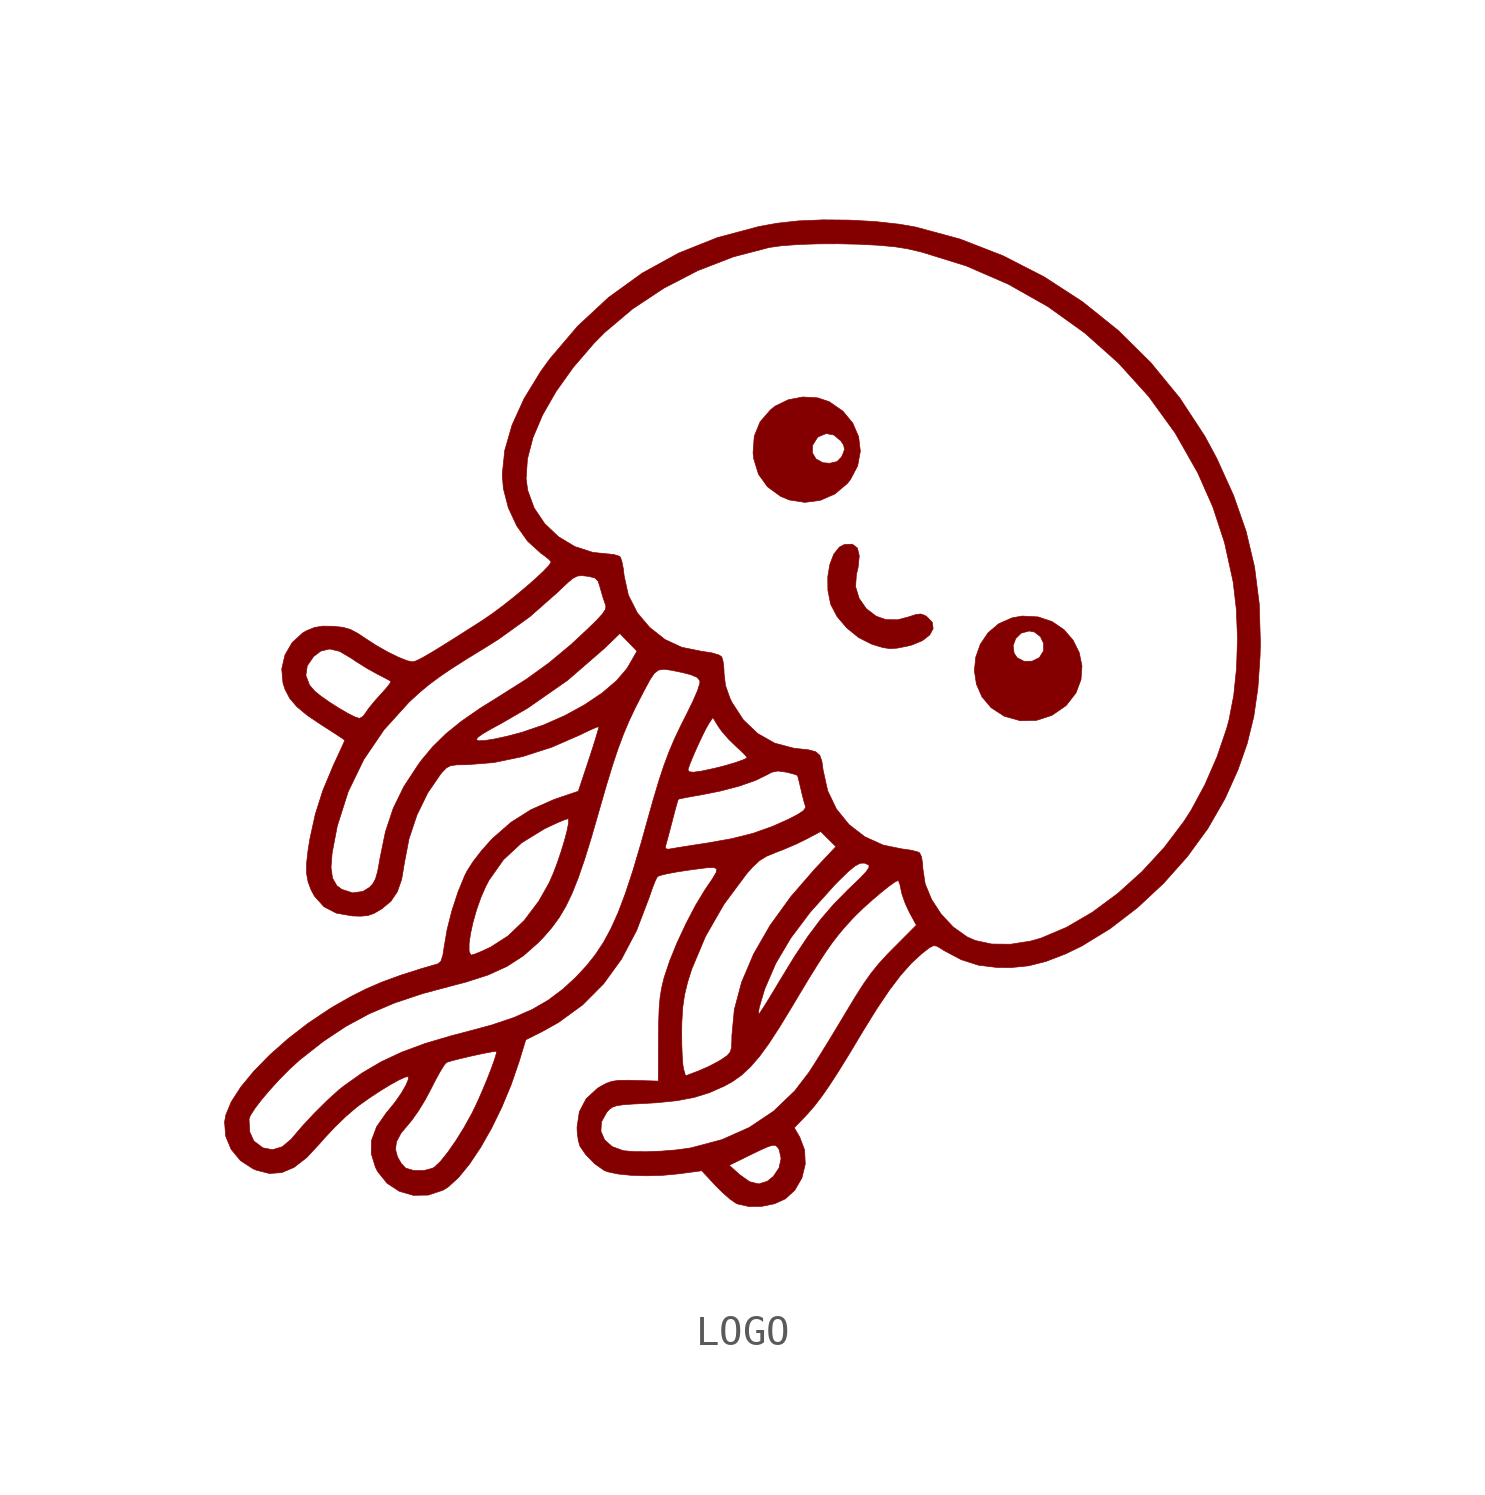
<source format=kicad_sym>
(kicad_symbol_lib
  (version 20220914)
  (generator bitmap2component)
  (symbol "LOGO"
    (pin_names
      (offset 1.016))
    (property "Reference" "#G"
      (at 0 31.115 0)
      (effects (font (size 1.27 1.27)) hide))
    (symbol "LOGO_0_0"
      (polyline (pts (xy 0.643 -16.232) (xy 1.066 -16.146) (xy 1.421 -15.985) (xy 1.732 -15.7) (xy 1.965 -15.298) (xy 2.076 -14.844) (xy 2.055 -14.38) (xy 1.893 -13.95) (xy 1.714 -13.646) (xy 2.081 -13.264) (xy 2.168 -13.171) (xy 2.384 -12.921) (xy 2.611 -12.626) (xy 2.863 -12.264) (xy 3.153 -11.817) (xy 3.497 -11.262) (xy 3.907 -10.579) (xy 3.974 -10.467) (xy 4.435 -9.723) (xy 4.846 -9.113) (xy 5.22 -8.621) (xy 5.57 -8.227) (xy 5.911 -7.915) (xy 5.961 -7.875) (xy 6.164 -7.717) (xy 6.294 -7.651) (xy 6.4 -7.663) (xy 6.53 -7.738) (xy 6.638 -7.808) (xy 7.212 -8.112) (xy 7.773 -8.292) (xy 8.378 -8.367) (xy 8.845 -8.372) (xy 9.426 -8.314) (xy 10.001 -8.169) (xy 10.636 -7.925) (xy 11.183 -7.66) (xy 12.112 -7.091) (xy 13.018 -6.395) (xy 13.874 -5.596) (xy 14.653 -4.72) (xy 15.33 -3.792) (xy 15.878 -2.839) (xy 15.915 -2.764) (xy 16.323 -1.855) (xy 16.627 -0.987) (xy 16.841 -0.11) (xy 16.977 0.827) (xy 17.048 1.874) (xy 17.06 2.315) (xy 17.021 3.602) (xy 16.867 4.815) (xy 16.588 5.992) (xy 16.175 7.173) (xy 15.621 8.395) (xy 15.23 9.121) (xy 14.408 10.376) (xy 13.455 11.538) (xy 12.384 12.598) (xy 11.207 13.544) (xy 9.938 14.368) (xy 8.589 15.06) (xy 7.174 15.61) (xy 5.705 16.007) (xy 5.173 16.1) (xy 4.383 16.187) (xy 3.529 16.235) (xy 2.667 16.243) (xy 1.854 16.209) (xy 1.147 16.132) (xy 0.547 16.023) (xy -0.814 15.66) (xy -2.095 15.148) (xy -3.293 14.489) (xy -4.402 13.687) (xy -5.418 12.743) (xy -6.337 11.662) (xy -6.635 11.25) (xy -7.181 10.357) (xy -7.576 9.488) (xy -7.817 8.654) (xy -7.899 7.862) (xy -7.888 7.728) (xy -7.113 7.728) (xy -7.07 8.372) (xy -6.888 9.073) (xy -6.572 9.817) (xy -6.129 10.591) (xy -5.566 11.381) (xy -4.887 12.172) (xy -4.532 12.532) (xy -3.611 13.31) (xy -2.577 13.995) (xy -1.462 14.572) (xy -0.296 15.024) (xy 0.892 15.335) (xy 1.306 15.392) (xy 1.854 15.432) (xy 2.486 15.453) (xy 3.16 15.456) (xy 3.835 15.441) (xy 4.468 15.408) (xy 5.016 15.359) (xy 5.437 15.293) (xy 5.927 15.177) (xy 7.379 14.725) (xy 8.761 14.125) (xy 10.063 13.388) (xy 11.275 12.52) (xy 12.385 11.531) (xy 13.382 10.429) (xy 14.255 9.222) (xy 14.995 7.918) (xy 15.493 6.793) (xy 15.88 5.613) (xy 16.155 4.36) (xy 16.165 4.302) (xy 16.268 3.414) (xy 16.305 2.462) (xy 16.275 1.503) (xy 16.182 0.591) (xy 16.026 -0.218) (xy 15.949 -0.5) (xy 15.634 -1.427) (xy 15.232 -2.351) (xy 14.778 -3.192) (xy 14.541 -3.561) (xy 13.897 -4.414) (xy 13.163 -5.211) (xy 12.365 -5.93) (xy 11.528 -6.55) (xy 10.677 -7.047) (xy 9.838 -7.402) (xy 9.491 -7.501) (xy 8.837 -7.603) (xy 8.213 -7.597) (xy 7.669 -7.48) (xy 7.399 -7.359) (xy 6.95 -7.039) (xy 6.553 -6.617) (xy 6.235 -6.129) (xy 6.023 -5.615) (xy 5.947 -5.112) (xy 5.941 -4.966) (xy 5.904 -4.725) (xy 5.84 -4.594) (xy 5.754 -4.555) (xy 5.531 -4.503) (xy 5.245 -4.463) (xy 4.644 -4.34) (xy 4.037 -4.066) (xy 3.518 -3.665) (xy 3.104 -3.155) (xy 2.814 -2.551) (xy 2.664 -1.873) (xy 2.624 -1.582) (xy 2.554 -1.383) (xy 2.42 -1.267) (xy 2.188 -1.204) (xy 1.82 -1.164) (xy 1.692 -1.149) (xy 1.069 -0.983) (xy 0.511 -0.667) (xy 0.037 -0.216) (xy -0.337 0.359) (xy -0.404 0.499) (xy -0.55 0.914) (xy -0.596 1.305) (xy -0.601 1.455) (xy -0.629 1.705) (xy -0.674 1.857) (xy -0.756 1.916) (xy -0.992 1.987) (xy -1.344 2.042) (xy -1.355 2.043) (xy -1.991 2.173) (xy -2.538 2.426) (xy -3.044 2.824) (xy -3.452 3.306) (xy -3.748 3.891) (xy -3.886 4.524) (xy -3.914 4.76) (xy -3.962 5.006) (xy -4.014 5.144) (xy -4.055 5.174) (xy -4.238 5.229) (xy -4.492 5.253) (xy -4.918 5.296) (xy -5.507 5.487) (xy -6.044 5.809) (xy -6.5 6.241) (xy -6.849 6.759) (xy -7.062 7.341) (xy -7.113 7.728) (xy -7.888 7.728) (xy -7.862 7.396) (xy -7.699 6.766) (xy -7.425 6.174) (xy -7.061 5.661) (xy -6.626 5.268) (xy -6.519 5.191) (xy -6.355 5.06) (xy -6.29 4.986) (xy -6.29 4.977) (xy -6.367 4.861) (xy -6.552 4.667) (xy -6.819 4.417) (xy -7.146 4.132) (xy -7.505 3.834) (xy -7.873 3.542) (xy -8.226 3.28) (xy -8.537 3.067) (xy -8.85 2.866) (xy -9.422 2.502) (xy -9.874 2.218) (xy -10.221 2.006) (xy -10.478 1.856) (xy -10.66 1.76) (xy -10.781 1.709) (xy -10.856 1.694) (xy -11.023 1.728) (xy -11.313 1.843) (xy -11.669 2.018) (xy -12.05 2.234) (xy -12.417 2.472) (xy -12.646 2.626) (xy -12.899 2.76) (xy -13.146 2.83) (xy -13.458 2.863) (xy -13.8 2.869) (xy -14.078 2.825) (xy -14.346 2.715) (xy -14.472 2.642) (xy -14.817 2.325) (xy -15.052 1.917) (xy -15.158 1.46) (xy -15.139 1.243) (xy -14.364 1.243) (xy -14.319 1.563) (xy -14.108 1.869) (xy -13.875 2.046) (xy -13.585 2.117) (xy -13.256 2.04) (xy -12.87 1.813) (xy -12.694 1.693) (xy -12.342 1.474) (xy -12.02 1.295) (xy -11.843 1.204) (xy -11.65 1.102) (xy -11.562 1.05) (xy -11.596 0.979) (xy -11.722 0.821) (xy -11.911 0.61) (xy -12.099 0.401) (xy -12.285 0.174) (xy -12.394 0.016) (xy -12.482 -0.102) (xy -12.599 -0.169) (xy -12.601 -0.169) (xy -12.749 -0.121) (xy -12.991 0.002) (xy -13.286 0.174) (xy -13.592 0.369) (xy -13.868 0.563) (xy -14.073 0.73) (xy -14.243 0.927) (xy -14.364 1.243) (xy -15.139 1.243) (xy -15.117 0.995) (xy -15.049 0.786) (xy -14.895 0.491) (xy -14.66 0.216) (xy -14.32 -0.067) (xy -13.848 -0.385) (xy -13.597 -0.545) (xy -13.331 -0.717) (xy -13.149 -0.838) (xy -13.082 -0.888) (xy -13.092 -0.913) (xy -13.157 -1.06) (xy -13.27 -1.306) (xy -13.415 -1.618) (xy -13.46 -1.716) (xy -13.805 -2.541) (xy -14.054 -3.325) (xy -14.232 -4.138) (xy -14.293 -4.516) (xy -14.341 -4.94) (xy -14.341 -5.077) (xy -13.536 -5.077) (xy -13.499 -4.597) (xy -13.33 -3.711) (xy -12.969 -2.579) (xy -12.457 -1.523) (xy -11.793 -0.545) (xy -10.979 0.354) (xy -10.904 0.426) (xy -10.61 0.695) (xy -10.308 0.945) (xy -9.97 1.196) (xy -9.568 1.47) (xy -9.074 1.785) (xy -8.459 2.162) (xy -8.016 2.441) (xy -6.994 3.176) (xy -6.074 3.986) (xy -5.982 4.076) (xy -5.734 4.309) (xy -5.561 4.45) (xy -5.425 4.517) (xy -5.289 4.532) (xy -5.119 4.514) (xy -5.029 4.501) (xy -4.839 4.449) (xy -4.739 4.339) (xy -4.67 4.116) (xy -4.653 4.052) (xy -4.575 3.786) (xy -4.505 3.586) (xy -4.486 3.511) (xy -4.51 3.405) (xy -4.605 3.265) (xy -4.789 3.064) (xy -5.082 2.777) (xy -5.643 2.256) (xy -6.356 1.662) (xy -7.1 1.124) (xy -7.943 0.591) (xy -8.617 0.171) (xy -9.241 -0.261) (xy -9.754 -0.676) (xy -9.954 -0.872) (xy -8.75 -0.872) (xy -8.743 -0.844) (xy -8.683 -0.775) (xy -8.541 -0.676) (xy -8.294 -0.531) (xy -7.918 -0.326) (xy -7.062 0.17) (xy -5.747 1.086) (xy -4.541 2.132) (xy -4.028 2.627) (xy -3.745 2.336) (xy -3.463 2.046) (xy -3.739 1.565) (xy -3.803 1.462) (xy -4.141 1.068) (xy -4.611 0.668) (xy -5.185 0.282) (xy -5.836 -0.075) (xy -6.536 -0.384) (xy -7.257 -0.629) (xy -7.28 -0.635) (xy -7.737 -0.756) (xy -8.14 -0.844) (xy -8.461 -0.896) (xy -8.673 -0.907) (xy -8.75 -0.872) (xy -9.954 -0.872) (xy -10.182 -1.095) (xy -10.553 -1.539) (xy -10.661 -1.685) (xy -11.136 -2.41) (xy -11.489 -3.131) (xy -11.745 -3.903) (xy -11.925 -4.78) (xy -11.934 -4.841) (xy -12.001 -5.205) (xy -12.07 -5.447) (xy -12.155 -5.609) (xy -12.271 -5.733) (xy -12.486 -5.865) (xy -12.821 -5.913) (xy -13.18 -5.798) (xy -13.344 -5.675) (xy -13.486 -5.43) (xy -13.536 -5.077) (xy -14.341 -5.077) (xy -14.341 -5.27) (xy -14.292 -5.546) (xy -14.194 -5.809) (xy -14.082 -6.018) (xy -13.773 -6.364) (xy -13.361 -6.58) (xy -12.837 -6.671) (xy -12.568 -6.68) (xy -12.325 -6.66) (xy -12.122 -6.589) (xy -11.887 -6.452) (xy -11.865 -6.438) (xy -11.565 -6.189) (xy -11.353 -5.876) (xy -11.21 -5.467) (xy -11.12 -4.926) (xy -11.119 -4.918) (xy -10.968 -4.13) (xy -10.706 -3.348) (xy -10.353 -2.623) (xy -9.932 -2.008) (xy -9.87 -1.934) (xy -9.737 -1.798) (xy -9.6 -1.726) (xy -9.404 -1.698) (xy -9.093 -1.693) (xy -9.064 -1.693) (xy -8.18 -1.623) (xy -7.235 -1.427) (xy -6.269 -1.117) (xy -5.322 -0.704) (xy -5.259 -0.672) (xy -4.992 -0.545) (xy -4.799 -0.461) (xy -4.719 -0.439) (xy -4.718 -0.444) (xy -4.745 -0.557) (xy -4.815 -0.794) (xy -4.918 -1.124) (xy -5.046 -1.516) (xy -5.394 -2.567) (xy -5.965 -2.759) (xy -6.205 -2.843) (xy -6.957 -3.176) (xy -7.606 -3.586) (xy -8.2 -4.104) (xy -8.276 -4.181) (xy -8.59 -4.535) (xy -8.869 -4.897) (xy -9.066 -5.209) (xy -9.137 -5.352) (xy -9.356 -5.886) (xy -9.556 -6.498) (xy -9.714 -7.119) (xy -9.794 -7.591) (xy -8.991 -7.591) (xy -8.946 -7.265) (xy -8.862 -6.882) (xy -8.745 -6.472) (xy -8.602 -6.065) (xy -8.438 -5.692) (xy -8.328 -5.485) (xy -7.857 -4.819) (xy -7.256 -4.262) (xy -6.523 -3.811) (xy -6.384 -3.743) (xy -6.084 -3.604) (xy -5.853 -3.507) (xy -5.732 -3.471) (xy -5.715 -3.488) (xy -5.718 -3.623) (xy -5.766 -3.869) (xy -5.851 -4.191) (xy -5.963 -4.558) (xy -6.091 -4.934) (xy -6.226 -5.289) (xy -6.358 -5.588) (xy -6.697 -6.187) (xy -7.176 -6.821) (xy -7.712 -7.333) (xy -8.283 -7.699) (xy -8.287 -7.701) (xy -8.566 -7.831) (xy -8.789 -7.923) (xy -8.909 -7.959) (xy -8.939 -7.95) (xy -8.991 -7.829) (xy -8.991 -7.591) (xy -9.794 -7.591) (xy -9.81 -7.68) (xy -9.853 -7.963) (xy -9.919 -8.165) (xy -10.011 -8.246) (xy -10.572 -8.41) (xy -11.258 -8.629) (xy -11.846 -8.844) (xy -12.376 -9.072) (xy -12.887 -9.33) (xy -13.422 -9.634) (xy -13.598 -9.741) (xy -14.296 -10.208) (xy -14.954 -10.718) (xy -15.555 -11.25) (xy -16.079 -11.786) (xy -16.507 -12.306) (xy -16.82 -12.791) (xy -16.999 -13.223) (xy -17.023 -13.361) (xy -16.235 -13.361) (xy -16.192 -13.244) (xy -16.047 -13.015) (xy -15.821 -12.719) (xy -15.538 -12.386) (xy -15.223 -12.041) (xy -14.9 -11.715) (xy -14.591 -11.434) (xy -14.541 -11.392) (xy -13.792 -10.803) (xy -13.048 -10.308) (xy -12.276 -9.891) (xy -11.44 -9.535) (xy -10.504 -9.223) (xy -9.433 -8.938) (xy -9.109 -8.854) (xy -8.366 -8.616) (xy -7.743 -8.332) (xy -7.206 -7.985) (xy -6.719 -7.556) (xy -6.543 -7.375) (xy -6.269 -7.059) (xy -6.027 -6.729) (xy -5.809 -6.361) (xy -5.603 -5.935) (xy -5.401 -5.428) (xy -5.191 -4.821) (xy -4.965 -4.091) (xy -4.713 -3.217) (xy -4.689 -3.132) (xy -4.465 -2.357) (xy -4.269 -1.714) (xy -4.088 -1.17) (xy -3.91 -0.694) (xy -3.725 -0.255) (xy -3.521 0.177) (xy -3.286 0.635) (xy -3.212 0.776) (xy -3.035 1.105) (xy -2.895 1.313) (xy -2.755 1.422) (xy -2.58 1.45) (xy -2.332 1.416) (xy -1.975 1.342) (xy -1.704 1.275) (xy -1.486 1.183) (xy -1.393 1.074) (xy -1.395 0.99) (xy -1.468 0.752) (xy -1.623 0.394) (xy -1.851 -0.071) (xy -2.016 -0.397) (xy -2.227 -0.84) (xy -2.41 -1.272) (xy -2.581 -1.729) (xy -2.626 -1.866) (xy -1.784 -1.866) (xy -1.776 -1.825) (xy -1.713 -1.648) (xy -1.604 -1.383) (xy -1.468 -1.076) (xy -1.325 -0.77) (xy -1.196 -0.51) (xy -1.099 -0.34) (xy -0.966 -0.141) (xy -0.775 -0.449) (xy -0.672 -0.593) (xy -0.446 -0.854) (xy -0.194 -1.099) (xy -0.016 -1.262) (xy 0.122 -1.403) (xy 0.162 -1.468) (xy 0.041 -1.529) (xy -0.216 -1.621) (xy -0.556 -1.722) (xy -0.934 -1.818) (xy -0.955 -1.822) (xy -1.35 -1.906) (xy -1.606 -1.94) (xy -1.743 -1.926) (xy -1.784 -1.866) (xy -2.626 -1.866) (xy -2.751 -2.246) (xy -2.933 -2.857) (xy -3.141 -3.598) (xy -3.338 -4.304) (xy -3.383 -4.454) (xy -2.527 -4.454) (xy -2.516 -4.348) (xy -2.509 -4.325) (xy -2.458 -4.14) (xy -2.382 -3.855) (xy -2.295 -3.521) (xy -2.269 -3.419) (xy -2.191 -3.125) (xy -2.132 -2.915) (xy -2.102 -2.83) (xy -2.072 -2.82) (xy -1.907 -2.786) (xy -1.634 -2.734) (xy -1.29 -2.674) (xy -0.714 -2.559) (xy -0.094 -2.396) (xy 0.43 -2.213) (xy 0.821 -2.023) (xy 0.974 -1.941) (xy 1.178 -1.9) (xy 1.443 -1.938) (xy 1.534 -1.959) (xy 1.73 -2.011) (xy 1.818 -2.046) (xy 1.832 -2.085) (xy 1.875 -2.252) (xy 1.933 -2.498) (xy 1.967 -2.645) (xy 2.031 -2.897) (xy 2.08 -3.057) (xy 2.085 -3.109) (xy 2.016 -3.206) (xy 1.833 -3.329) (xy 1.512 -3.495) (xy 0.997 -3.725) (xy 0.357 -3.952) (xy -0.341 -4.128) (xy -1.152 -4.272) (xy -1.457 -4.318) (xy -1.836 -4.377) (xy -2.141 -4.426) (xy -2.323 -4.458) (xy -2.436 -4.475) (xy -2.527 -4.454) (xy -3.383 -4.454) (xy -3.597 -5.177) (xy -3.841 -5.917) (xy -4.077 -6.545) (xy -4.316 -7.08) (xy -4.566 -7.542) (xy -4.836 -7.95) (xy -5.136 -8.325) (xy -5.474 -8.687) (xy -5.895 -9.076) (xy -6.379 -9.441) (xy -6.91 -9.749) (xy -7.519 -10.017) (xy -8.236 -10.259) (xy -9.094 -10.491) (xy -9.552 -10.609) (xy -10.436 -10.87) (xy -11.201 -11.153) (xy -11.883 -11.472) (xy -12.515 -11.844) (xy -13.132 -12.283) (xy -13.301 -12.42) (xy -13.673 -12.758) (xy -14.08 -13.162) (xy -14.478 -13.589) (xy -14.824 -13.994) (xy -14.845 -14.02) (xy -15.142 -14.271) (xy -15.462 -14.367) (xy -15.779 -14.306) (xy -16.069 -14.086) (xy -16.083 -14.069) (xy -16.213 -13.779) (xy -16.235 -13.361) (xy -17.023 -13.361) (xy -17.04 -13.455) (xy -17.004 -13.921) (xy -16.824 -14.355) (xy -16.518 -14.725) (xy -16.102 -14.996) (xy -15.995 -15.041) (xy -15.565 -15.15) (xy -15.156 -15.121) (xy -14.751 -14.948) (xy -14.334 -14.625) (xy -13.888 -14.144) (xy -13.765 -14.001) (xy -13.418 -13.63) (xy -13.049 -13.273) (xy -12.72 -12.991) (xy -12.589 -12.89) (xy -12.255 -12.653) (xy -11.908 -12.425) (xy -11.578 -12.224) (xy -11.295 -12.068) (xy -11.089 -11.975) (xy -10.991 -11.962) (xy -10.99 -12.055) (xy -11.072 -12.249) (xy -11.221 -12.505) (xy -11.414 -12.785) (xy -11.631 -13.054) (xy -11.709 -13.144) (xy -12.034 -13.611) (xy -12.2 -14.055) (xy -12.208 -14.357) (xy -11.413 -14.357) (xy -11.381 -14.103) (xy -11.231 -13.823) (xy -10.95 -13.486) (xy -10.866 -13.385) (xy -10.657 -13.088) (xy -10.433 -12.721) (xy -10.231 -12.34) (xy -10.117 -12.114) (xy -9.954 -11.815) (xy -9.821 -11.598) (xy -9.738 -11.499) (xy -9.719 -11.49) (xy -9.563 -11.441) (xy -9.308 -11.376) (xy -8.998 -11.302) (xy -8.678 -11.231) (xy -8.39 -11.172) (xy -8.179 -11.135) (xy -8.089 -11.13) (xy -8.094 -11.201) (xy -8.153 -11.399) (xy -8.257 -11.688) (xy -8.392 -12.035) (xy -8.546 -12.405) (xy -8.703 -12.765) (xy -8.853 -13.081) (xy -8.91 -13.193) (xy -9.159 -13.641) (xy -9.429 -14.075) (xy -9.696 -14.458) (xy -9.938 -14.758) (xy -10.13 -14.94) (xy -10.2 -14.98) (xy -10.486 -15.055) (xy -10.807 -15.055) (xy -11.073 -14.975) (xy -11.085 -14.967) (xy -11.225 -14.818) (xy -11.348 -14.6) (xy -11.413 -14.357) (xy -12.208 -14.357) (xy -12.212 -14.494) (xy -12.073 -14.947) (xy -12.002 -15.086) (xy -11.691 -15.471) (xy -11.289 -15.736) (xy -10.827 -15.869) (xy -10.336 -15.861) (xy -9.848 -15.7) (xy -9.678 -15.594) (xy -9.337 -15.282) (xy -8.977 -14.841) (xy -8.61 -14.292) (xy -8.25 -13.659) (xy -7.911 -12.963) (xy -7.606 -12.229) (xy -7.347 -11.477) (xy -7.125 -10.749) (xy -6.599 -10.486) (xy -6.05 -10.18) (xy -5.253 -9.6) (xy -4.563 -8.907) (xy -3.972 -8.091) (xy -3.473 -7.143) (xy -3.058 -6.054) (xy -3.049 -6.025) (xy -2.945 -5.727) (xy -2.852 -5.495) (xy -2.789 -5.376) (xy -2.692 -5.336) (xy -2.459 -5.28) (xy -2.127 -5.219) (xy -1.735 -5.16) (xy -1.549 -5.135) (xy -1.168 -5.086) (xy -0.935 -5.077) (xy -0.836 -5.124) (xy -0.857 -5.244) (xy -0.982 -5.453) (xy -1.197 -5.769) (xy -1.232 -5.821) (xy -1.536 -6.325) (xy -1.848 -6.921) (xy -2.142 -7.551) (xy -2.389 -8.158) (xy -2.565 -8.686) (xy -2.593 -8.791) (xy -2.66 -9.082) (xy -2.706 -9.382) (xy -2.735 -9.729) (xy -2.75 -10.166) (xy -2.754 -10.499) (xy -1.992 -10.499) (xy -1.987 -10.178) (xy -1.959 -9.689) (xy -1.898 -9.27) (xy -1.798 -8.857) (xy -1.663 -8.428) (xy -1.207 -7.344) (xy -0.6 -6.288) (xy 0.146 -5.285) (xy 0.338 -5.066) (xy 0.565 -4.853) (xy 0.805 -4.705) (xy 1.116 -4.578) (xy 1.372 -4.479) (xy 1.774 -4.307) (xy 2.12 -4.138) (xy 2.584 -3.892) (xy 2.835 -4.141) (xy 3.085 -4.39) (xy 2.382 -5.137) (xy 1.604 -6.034) (xy 0.917 -6.984) (xy 0.374 -7.928) (xy -0.019 -8.854) (xy -0.259 -9.755) (xy -0.267 -9.84) (xy 0.535 -9.84) (xy 0.564 -9.673) (xy 0.742 -9.077) (xy 1.103 -8.238) (xy 1.6 -7.399) (xy 2.241 -6.546) (xy 3.036 -5.661) (xy 3.196 -5.498) (xy 3.494 -5.208) (xy 3.716 -5.026) (xy 3.884 -4.938) (xy 4.023 -4.931) (xy 4.156 -4.989) (xy 4.175 -5.007) (xy 4.171 -5.084) (xy 4.078 -5.219) (xy 3.881 -5.428) (xy 3.568 -5.729) (xy 3.476 -5.816) (xy 3.014 -6.285) (xy 2.584 -6.785) (xy 2.162 -7.348) (xy 1.724 -8.005) (xy 1.246 -8.787) (xy 1.118 -9.002) (xy 0.902 -9.36) (xy 0.724 -9.647) (xy 0.6 -9.837) (xy 0.545 -9.906) (xy 0.535 -9.84) (xy -0.267 -9.84) (xy -0.34 -10.62) (xy -0.34 -10.752) (xy -0.351 -11.001) (xy -0.394 -11.155) (xy -0.492 -11.267) (xy -0.668 -11.39) (xy -0.784 -11.461) (xy -1.106 -11.63) (xy -1.432 -11.772) (xy -1.866 -11.936) (xy -1.931 -11.704) (xy -1.953 -11.566) (xy -1.974 -11.282) (xy -1.988 -10.912) (xy -1.992 -10.499) (xy -2.754 -10.499) (xy -2.756 -10.732) (xy -2.761 -12.109) (xy -3.526 -12.087) (xy -3.762 -12.081) (xy -4.068 -12.086) (xy -4.287 -12.116) (xy -4.471 -12.181) (xy -4.673 -12.29) (xy -4.766 -12.348) (xy -5.135 -12.689) (xy -5.361 -13.118) (xy -5.437 -13.627) (xy -5.432 -13.762) (xy -4.651 -13.762) (xy -4.634 -13.452) (xy -4.463 -13.143) (xy -4.455 -13.132) (xy -4.364 -13.033) (xy -4.267 -12.965) (xy -4.132 -12.919) (xy -3.926 -12.888) (xy -3.615 -12.865) (xy -3.168 -12.842) (xy -2.826 -12.822) (xy -2.151 -12.754) (xy -1.582 -12.646) (xy -1.074 -12.488) (xy -0.585 -12.271) (xy -0.312 -12.12) (xy -0.015 -11.908) (xy 0.271 -11.642) (xy 0.564 -11.303) (xy 0.88 -10.87) (xy 1.235 -10.324) (xy 1.648 -9.646) (xy 1.853 -9.301) (xy 2.206 -8.715) (xy 2.5 -8.242) (xy 2.751 -7.858) (xy 2.975 -7.539) (xy 3.189 -7.263) (xy 3.409 -7.005) (xy 3.651 -6.742) (xy 3.724 -6.666) (xy 3.978 -6.42) (xy 4.267 -6.16) (xy 4.558 -5.912) (xy 4.82 -5.702) (xy 5.022 -5.557) (xy 5.132 -5.503) (xy 5.143 -5.51) (xy 5.188 -5.622) (xy 5.232 -5.828) (xy 5.261 -5.957) (xy 5.368 -6.262) (xy 5.509 -6.564) (xy 5.734 -6.974) (xy 4.97 -7.742) (xy 4.773 -7.942) (xy 4.494 -8.247) (xy 4.245 -8.555) (xy 3.998 -8.903) (xy 3.727 -9.327) (xy 3.403 -9.864) (xy 3.188 -10.223) (xy 2.896 -10.707) (xy 2.618 -11.158) (xy 2.379 -11.54) (xy 2.202 -11.814) (xy 1.731 -12.43) (xy 1.034 -13.099) (xy 0.233 -13.635) (xy -0.671 -14.037) (xy -1.678 -14.305) (xy -1.732 -14.315) (xy -2.165 -14.374) (xy -2.654 -14.414) (xy -3.144 -14.434) (xy -3.578 -14.43) (xy -3.9 -14.401) (xy -3.918 -14.398) (xy -4.28 -14.265) (xy -4.529 -14.043) (xy -4.651 -13.762) (xy -5.432 -13.762) (xy -5.432 -13.779) (xy -5.397 -14.059) (xy -5.341 -14.251) (xy -5.149 -14.531) (xy -4.856 -14.83) (xy -4.785 -14.88) (xy -0.426 -14.88) (xy 0.318 -14.514) (xy 0.622 -14.368) (xy 0.864 -14.262) (xy 1.014 -14.219) (xy 1.105 -14.23) (xy 1.168 -14.287) (xy 1.22 -14.372) (xy 1.28 -14.659) (xy 1.212 -14.97) (xy 1.026 -15.246) (xy 0.827 -15.406) (xy 0.544 -15.495) (xy 0.245 -15.422) (xy -0.085 -15.187) (xy -0.426 -14.88) (xy -4.785 -14.88) (xy -4.548 -15.047) (xy -4.43 -15.094) (xy -4.094 -15.166) (xy -3.652 -15.211) (xy -3.142 -15.226) (xy -2.607 -15.21) (xy -2.087 -15.161) (xy -1.33 -15.06) (xy -0.898 -15.526) (xy -0.893 -15.532) (xy -0.642 -15.783) (xy -0.398 -15.995) (xy -0.212 -16.125) (xy -0.147 -16.155) (xy 0.217 -16.237) (xy 0.643 -16.232)) (stroke (width 0.01) (type default)) (fill (type outline)))
      (polyline (pts (xy 9.688 -0.233) (xy 10.196 -0.068) (xy 10.648 0.242) (xy 10.677 0.27) (xy 10.988 0.67) (xy 11.153 1.108) (xy 11.185 1.559) (xy 11.095 1.999) (xy 10.894 2.404) (xy 10.594 2.751) (xy 10.207 3.015) (xy 9.744 3.172) (xy 9.216 3.2) (xy 8.881 3.14) (xy 8.44 2.945) (xy 8.092 2.647) (xy 7.84 2.273) (xy 7.823 2.225) (xy 8.919 2.225) (xy 9.005 2.462) (xy 9.187 2.639) (xy 9.444 2.709) (xy 9.622 2.674) (xy 9.818 2.522) (xy 9.923 2.298) (xy 9.918 2.051) (xy 9.784 1.833) (xy 9.781 1.831) (xy 9.543 1.714) (xy 9.275 1.712) (xy 9.053 1.826) (xy 8.951 1.978) (xy 8.919 2.225) (xy 7.823 2.225) (xy 7.689 1.848) (xy 7.644 1.401) (xy 7.711 0.956) (xy 7.893 0.541) (xy 8.195 0.182) (xy 8.622 -0.094) (xy 8.639 -0.101) (xy 9.158 -0.246) (xy 9.688 -0.233)) (stroke (width 0.01) (type default)) (fill (type outline)))
      (polyline (pts (xy 5.104 2.145) (xy 5.429 2.208) (xy 5.594 2.25) (xy 5.939 2.395) (xy 6.175 2.581) (xy 6.285 2.787) (xy 6.258 2.993) (xy 6.08 3.179) (xy 6.002 3.226) (xy 5.874 3.269) (xy 5.715 3.249) (xy 5.462 3.168) (xy 5.117 3.078) (xy 4.73 3.082) (xy 4.409 3.196) (xy 4.083 3.445) (xy 3.85 3.782) (xy 3.733 4.167) (xy 3.759 4.562) (xy 3.815 4.794) (xy 3.854 5.183) (xy 3.791 5.441) (xy 3.627 5.566) (xy 3.363 5.555) (xy 3.198 5.469) (xy 3.013 5.234) (xy 2.884 4.896) (xy 2.817 4.49) (xy 2.821 4.052) (xy 2.906 3.616) (xy 2.919 3.574) (xy 3.125 3.182) (xy 3.445 2.806) (xy 3.835 2.491) (xy 4.247 2.282) (xy 4.342 2.25) (xy 4.636 2.162) (xy 4.865 2.128) (xy 5.104 2.145)) (stroke (width 0.01) (type default)) (fill (type outline)))
      (polyline (pts (xy 2.574 7.011) (xy 3.052 7.22) (xy 3.458 7.562) (xy 3.562 7.692) (xy 3.801 8.145) (xy 3.889 8.624) (xy 3.833 9.103) (xy 3.639 9.553) (xy 3.313 9.947) (xy 2.861 10.259) (xy 2.483 10.384) (xy 1.998 10.412) (xy 1.514 10.32) (xy 1.091 10.114) (xy 0.933 9.991) (xy 0.59 9.595) (xy 0.398 9.123) (xy 0.358 8.577) (xy 2.309 8.577) (xy 2.316 8.82) (xy 2.469 9.065) (xy 2.518 9.108) (xy 2.765 9.209) (xy 3.022 9.159) (xy 3.25 8.963) (xy 3.338 8.832) (xy 3.369 8.685) (xy 3.3 8.498) (xy 3.265 8.431) (xy 3.121 8.285) (xy 2.883 8.23) (xy 2.655 8.248) (xy 2.429 8.373) (xy 2.309 8.577) (xy 0.358 8.577) (xy 0.358 8.574) (xy 0.379 8.379) (xy 0.536 7.87) (xy 0.833 7.455) (xy 1.266 7.14) (xy 1.551 7.022) (xy 2.062 6.943) (xy 2.574 7.011)) (stroke (width 0.01) (type default)) (fill (type outline))))))
</source>
